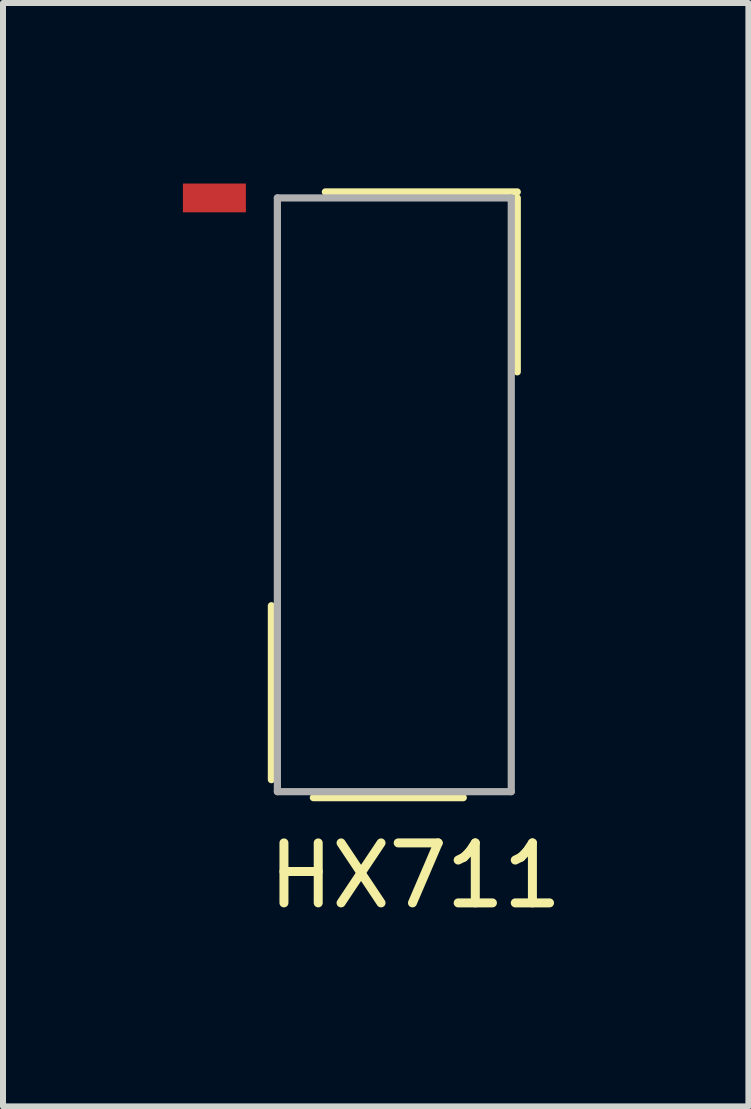
<source format=kicad_pcb>
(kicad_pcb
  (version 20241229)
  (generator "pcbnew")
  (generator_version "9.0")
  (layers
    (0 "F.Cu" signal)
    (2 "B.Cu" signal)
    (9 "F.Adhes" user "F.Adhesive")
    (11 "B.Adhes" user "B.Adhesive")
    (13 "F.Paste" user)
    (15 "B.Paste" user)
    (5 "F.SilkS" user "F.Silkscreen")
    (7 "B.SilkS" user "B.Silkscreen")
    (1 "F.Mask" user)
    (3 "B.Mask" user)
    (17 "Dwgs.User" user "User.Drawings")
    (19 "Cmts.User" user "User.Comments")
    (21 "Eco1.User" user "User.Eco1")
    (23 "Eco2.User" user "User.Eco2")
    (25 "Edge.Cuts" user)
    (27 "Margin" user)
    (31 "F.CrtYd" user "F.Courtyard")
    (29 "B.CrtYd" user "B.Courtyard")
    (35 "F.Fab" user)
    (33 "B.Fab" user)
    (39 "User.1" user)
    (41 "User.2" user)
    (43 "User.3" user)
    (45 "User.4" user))
  (footprint "HX711"
    (layer "F.Cu")
    (at 1.575 0.25)
    (property "Reference" "HX711" (at 2.3 11.3 0) (layer "F.SilkS") (effects (font (size 1 1) (thickness 0.15))))
    (attr through_hole)
    (fp_line (start -0.1 6.8) (end -0.1 9.7) (stroke (width 0.12) (type solid)) (layer "F.SilkS"))
    (fp_line (start 0.6 10) (end 3.1 10) (stroke (width 0.12) (type solid)) (layer "F.SilkS"))
    (fp_line (start 0.8 -0.1) (end 4 -0.1) (stroke (width 0.12) (type solid)) (layer "F.SilkS"))
    (fp_line (start 4 2.9) (end 4 0) (stroke (width 0.12) (type solid)) (layer "F.SilkS"))
    (fp_line (start 0 0) (end 3.9 0) (stroke (width 0.12) (type solid)) (layer "F.Fab"))
    (fp_line (start 0 9.9) (end 0 0) (stroke (width 0.12) (type solid)) (layer "F.Fab"))
    (fp_line (start 3.9 0) (end 3.9 9.9) (stroke (width 0.12) (type solid)) (layer "F.Fab"))
    (fp_line (start 3.9 9.9) (end 0 9.9) (stroke (width 0.12) (type solid)) (layer "F.Fab"))
    (pad "1" smd rect (at -1.05 0 90) (size 0.48 1.05) (layers "F.Cu" "F.Mask" "F.Paste")))
  (gr_rect
    (start -3 -3)
    (end 9.429 15.398)
    (stroke (width 0.1) (type default))
    (fill no)
    (layer "Edge.Cuts")))
</source>
